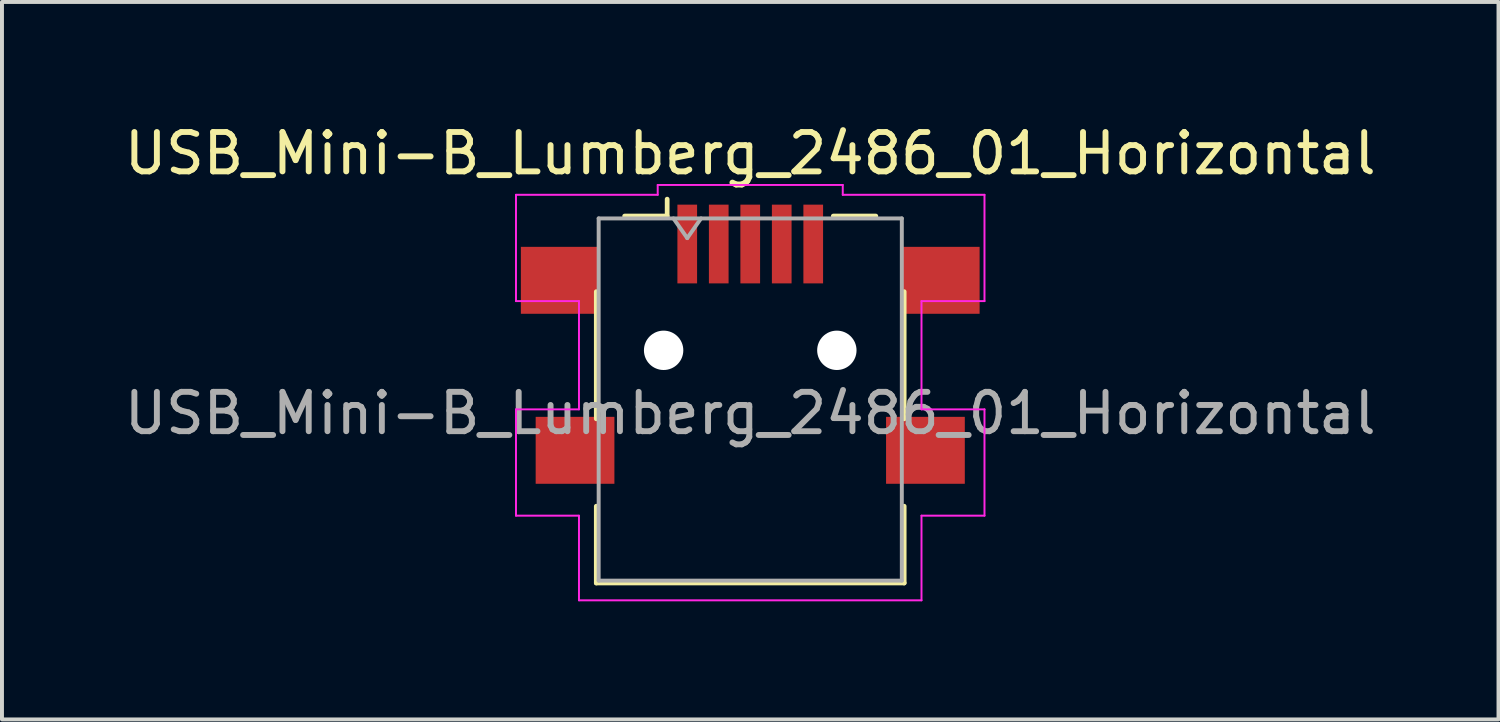
<source format=kicad_pcb>
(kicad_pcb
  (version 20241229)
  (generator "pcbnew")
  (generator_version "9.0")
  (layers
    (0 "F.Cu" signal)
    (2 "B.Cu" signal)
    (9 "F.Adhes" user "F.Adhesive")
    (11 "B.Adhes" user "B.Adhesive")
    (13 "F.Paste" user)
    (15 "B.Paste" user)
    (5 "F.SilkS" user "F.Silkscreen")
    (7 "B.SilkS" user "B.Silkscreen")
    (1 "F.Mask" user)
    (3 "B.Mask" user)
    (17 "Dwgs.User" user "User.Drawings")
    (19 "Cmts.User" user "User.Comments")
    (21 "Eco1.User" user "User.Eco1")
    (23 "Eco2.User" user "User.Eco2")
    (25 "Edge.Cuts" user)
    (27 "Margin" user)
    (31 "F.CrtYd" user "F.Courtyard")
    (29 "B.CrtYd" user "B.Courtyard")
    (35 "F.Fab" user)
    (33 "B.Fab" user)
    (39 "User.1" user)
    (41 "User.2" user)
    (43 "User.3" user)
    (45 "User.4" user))
  (footprint "USB_Mini-B_Lumberg_2486_01_Horizontal"
    (layer "F.Cu")
    (at 16.006 5.848)
    (property "Reference" "USB_Mini-B_Lumberg_2486_01_Horizontal" (at 0 -5 0) (layer "F.SilkS") (effects (font (size 1 1) (thickness 0.15))))
    (attr smd)
    (fp_line (start -3.91 1.74) (end -3.91 -1.49) (stroke (width 0.12) (type solid)) (layer "F.SilkS"))
    (fp_line (start -3.91 5.91) (end -3.91 3.96) (stroke (width 0.12) (type solid)) (layer "F.SilkS"))
    (fp_line (start -3.19 -3.41) (end -2.11 -3.41) (stroke (width 0.12) (type solid)) (layer "F.SilkS"))
    (fp_line (start -2.11 -3.41) (end -2.11 -3.84) (stroke (width 0.12) (type solid)) (layer "F.SilkS"))
    (fp_line (start 2.11 -3.41) (end 3.19 -3.41) (stroke (width 0.12) (type solid)) (layer "F.SilkS"))
    (fp_line (start 3.91 1.74) (end 3.91 -1.49) (stroke (width 0.12) (type solid)) (layer "F.SilkS"))
    (fp_line (start 3.91 5.91) (end -3.91 5.91) (stroke (width 0.12) (type solid)) (layer "F.SilkS"))
    (fp_line (start 3.91 5.91) (end 3.91 3.96) (stroke (width 0.12) (type solid)) (layer "F.SilkS"))
    (fp_line (start -5.95 -3.95) (end -5.95 -1.25) (stroke (width 0.05) (type solid)) (layer "F.CrtYd"))
    (fp_line (start -5.95 -3.95) (end -2.35 -3.95) (stroke (width 0.05) (type solid)) (layer "F.CrtYd"))
    (fp_line (start -5.95 1.5) (end -5.95 4.2) (stroke (width 0.05) (type solid)) (layer "F.CrtYd"))
    (fp_line (start -4.35 -1.25) (end -5.95 -1.25) (stroke (width 0.05) (type solid)) (layer "F.CrtYd"))
    (fp_line (start -4.35 -1.25) (end -4.35 1.5) (stroke (width 0.05) (type solid)) (layer "F.CrtYd"))
    (fp_line (start -4.35 1.5) (end -5.95 1.5) (stroke (width 0.05) (type solid)) (layer "F.CrtYd"))
    (fp_line (start -4.35 4.2) (end -5.95 4.2) (stroke (width 0.05) (type solid)) (layer "F.CrtYd"))
    (fp_line (start -4.35 6.35) (end -4.35 4.2) (stroke (width 0.05) (type solid)) (layer "F.CrtYd"))
    (fp_line (start -4.35 6.35) (end 4.35 6.35) (stroke (width 0.05) (type solid)) (layer "F.CrtYd"))
    (fp_line (start -2.35 -3.95) (end -2.35 -4.2) (stroke (width 0.05) (type solid)) (layer "F.CrtYd"))
    (fp_line (start 2.35 -4.2) (end -2.35 -4.2) (stroke (width 0.05) (type solid)) (layer "F.CrtYd"))
    (fp_line (start 2.35 -3.95) (end 2.35 -4.2) (stroke (width 0.05) (type solid)) (layer "F.CrtYd"))
    (fp_line (start 4.35 -1.25) (end 4.35 1.5) (stroke (width 0.05) (type solid)) (layer "F.CrtYd"))
    (fp_line (start 4.35 -1.25) (end 5.95 -1.25) (stroke (width 0.05) (type solid)) (layer "F.CrtYd"))
    (fp_line (start 4.35 1.5) (end 5.95 1.5) (stroke (width 0.05) (type solid)) (layer "F.CrtYd"))
    (fp_line (start 4.35 4.2) (end 5.95 4.2) (stroke (width 0.05) (type solid)) (layer "F.CrtYd"))
    (fp_line (start 4.35 6.35) (end 4.35 4.2) (stroke (width 0.05) (type solid)) (layer "F.CrtYd"))
    (fp_line (start 5.95 -3.95) (end 2.35 -3.95) (stroke (width 0.05) (type solid)) (layer "F.CrtYd"))
    (fp_line (start 5.95 -3.95) (end 5.95 -1.25) (stroke (width 0.05) (type solid)) (layer "F.CrtYd"))
    (fp_line (start 5.95 1.5) (end 5.95 4.2) (stroke (width 0.05) (type solid)) (layer "F.CrtYd"))
    (fp_line (start -3.85 -3.35) (end -3.85 5.85) (stroke (width 0.1) (type solid)) (layer "F.Fab"))
    (fp_line (start -3.85 -3.35) (end 3.85 -3.35) (stroke (width 0.1) (type solid)) (layer "F.Fab"))
    (fp_line (start -3.85 5.85) (end 3.85 5.85) (stroke (width 0.1) (type solid)) (layer "F.Fab"))
    (fp_line (start -1.95 -3.35) (end -1.6 -2.85) (stroke (width 0.1) (type solid)) (layer "F.Fab"))
    (fp_line (start -1.6 -2.85) (end -1.25 -3.35) (stroke (width 0.1) (type solid)) (layer "F.Fab"))
    (fp_line (start 3.85 5.85) (end 3.85 -3.35) (stroke (width 0.1) (type solid)) (layer "F.Fab"))
    (fp_text user "${REFERENCE}" (at 0 1.6 180) (layer "F.Fab") (effects (font (size 1 1) (thickness 0.15))))
    (pad "" np_thru_hole circle (at -2.2 0) (size 1 1) (drill 1) (layers "*.Cu" "*.Mask"))
    (pad "" np_thru_hole circle (at 2.2 0) (size 1 1) (drill 1) (layers "*.Cu" "*.Mask"))
    (pad "1" smd rect (at -1.6 -2.7) (size 0.5 2) (layers "F.Cu" "F.Mask" "F.Paste"))
    (pad "2" smd rect (at -0.8 -2.7) (size 0.5 2) (layers "F.Cu" "F.Mask" "F.Paste"))
    (pad "3" smd rect (at 0 -2.7) (size 0.5 2) (layers "F.Cu" "F.Mask" "F.Paste"))
    (pad "4" smd rect (at 0.8 -2.7) (size 0.5 2) (layers "F.Cu" "F.Mask" "F.Paste"))
    (pad "5" smd rect (at 1.6 -2.7) (size 0.5 2) (layers "F.Cu" "F.Mask" "F.Paste"))
    (pad "6" smd rect (at -4.826 -1.778) (size 2 1.7) (layers "F.Cu" "F.Mask" "F.Paste"))
    (pad "6" smd rect (at -4.45 2.54) (size 2 1.7) (layers "F.Cu" "F.Mask" "F.Paste"))
    (pad "6" smd rect (at 4.45 2.54) (size 2 1.7) (layers "F.Cu" "F.Mask" "F.Paste"))
    (pad "6" smd rect (at 4.826 -1.778) (size 2 1.7) (layers "F.Cu" "F.Mask" "F.Paste")))
  (gr_rect
    (start -3 -3)
    (end 35.012 15.223)
    (stroke (width 0.1) (type default))
    (fill no)
    (layer "Edge.Cuts")))
</source>
